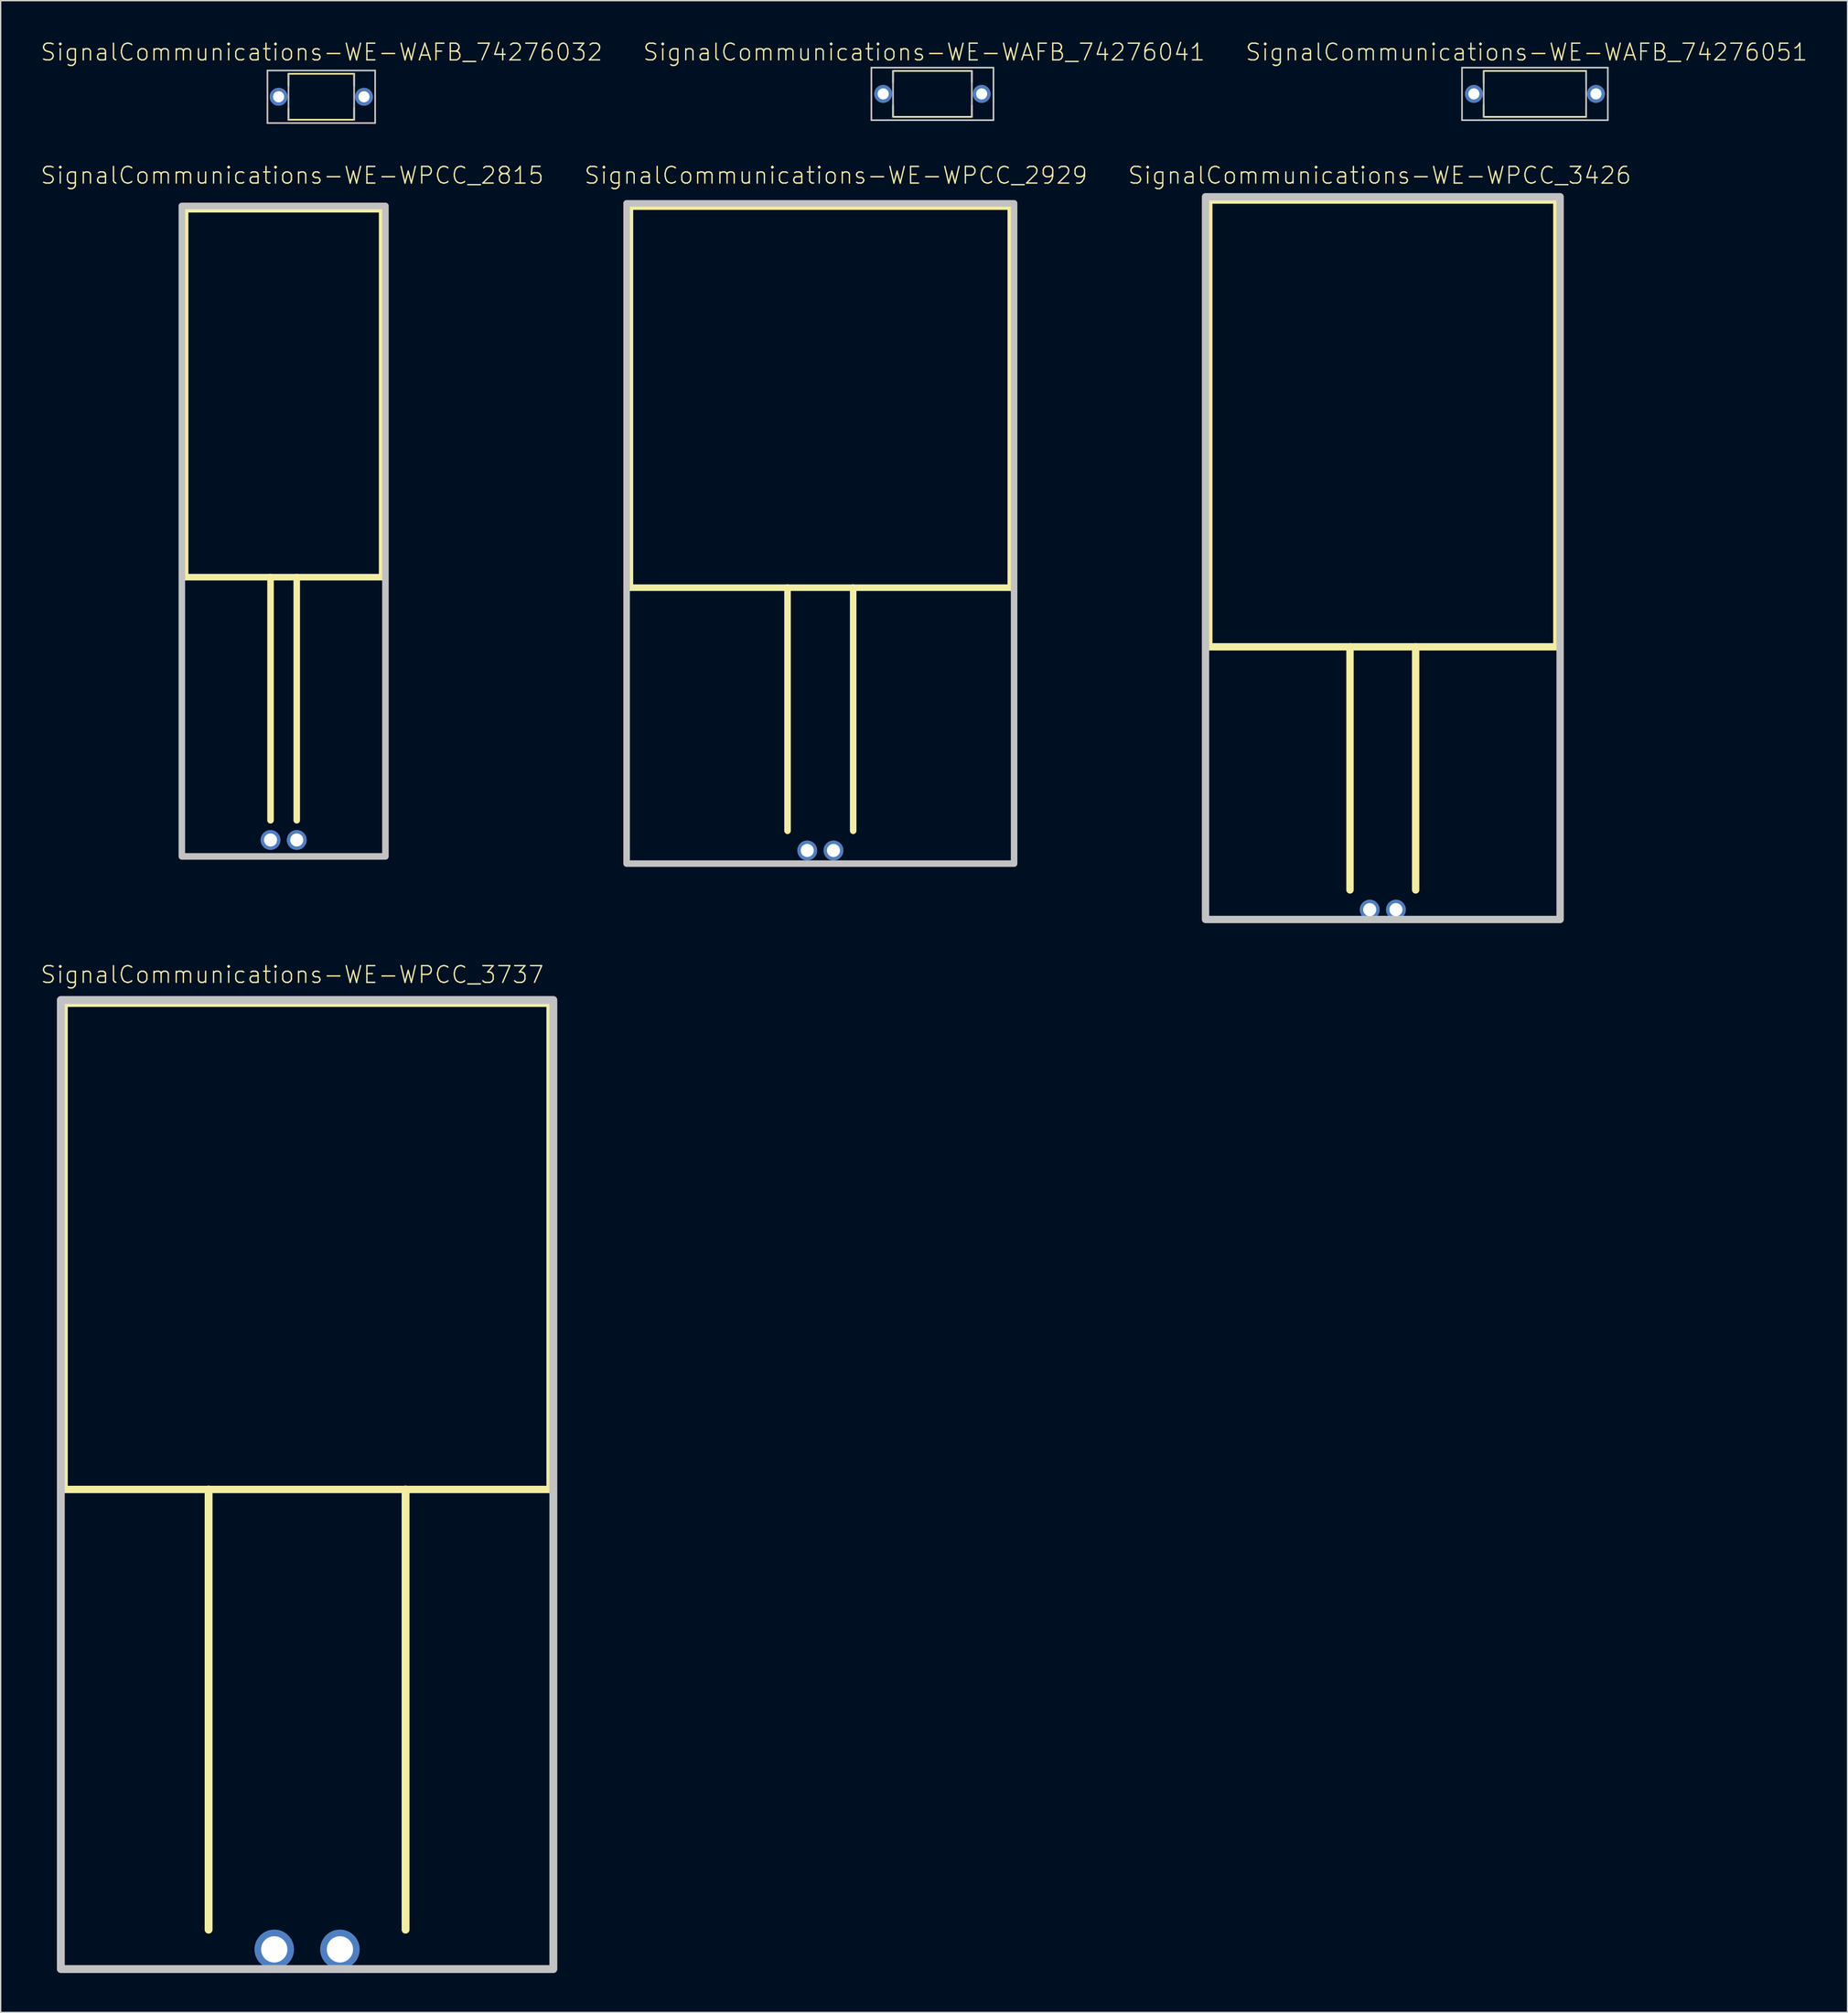
<source format=kicad_pcb>
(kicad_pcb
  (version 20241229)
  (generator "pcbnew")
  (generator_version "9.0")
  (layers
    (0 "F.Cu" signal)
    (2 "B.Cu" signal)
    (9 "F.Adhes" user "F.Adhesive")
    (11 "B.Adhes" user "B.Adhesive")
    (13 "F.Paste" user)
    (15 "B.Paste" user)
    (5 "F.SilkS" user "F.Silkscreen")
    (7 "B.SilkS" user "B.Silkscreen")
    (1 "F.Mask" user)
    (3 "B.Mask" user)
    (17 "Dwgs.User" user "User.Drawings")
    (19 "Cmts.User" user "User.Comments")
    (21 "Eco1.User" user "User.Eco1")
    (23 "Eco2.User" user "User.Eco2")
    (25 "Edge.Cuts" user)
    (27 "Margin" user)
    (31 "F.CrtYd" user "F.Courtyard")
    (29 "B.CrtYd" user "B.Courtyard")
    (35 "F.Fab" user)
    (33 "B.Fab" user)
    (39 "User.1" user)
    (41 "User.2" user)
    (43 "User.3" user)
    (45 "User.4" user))
  (footprint "SignalCommunications-WE-WPCC_3426"
    (layer "F.Cu")
    (at 102.226 66.173)
    (property "Reference" "SignalCommunications-WE-WPCC_3426" (at -0.244 -55.875 0) (layer "F.SilkS") (effects (font (size 1.27 1.27) (thickness 0.102))))
    (attr exclude_from_pos_files exclude_from_bom)
    (fp_line (start -13.249 -53.998) (end 13.249 -53.998) (stroke (width 0.559) (type solid)) (layer "F.SilkS"))
    (fp_line (start -13.249 -20) (end -13.249 -53.998) (stroke (width 0.559) (type solid)) (layer "F.SilkS"))
    (fp_line (start -2.499 -20) (end -13.249 -20) (stroke (width 0.559) (type solid)) (layer "F.SilkS"))
    (fp_line (start -2.499 -20) (end -2.499 -1.499) (stroke (width 0.559) (type solid)) (layer "F.SilkS"))
    (fp_line (start 2.499 -20) (end -2.499 -20) (stroke (width 0.559) (type solid)) (layer "F.SilkS"))
    (fp_line (start 2.499 -20) (end 2.499 -1.499) (stroke (width 0.559) (type solid)) (layer "F.SilkS"))
    (fp_line (start 13.249 -53.998) (end 13.249 -20) (stroke (width 0.559) (type solid)) (layer "F.SilkS"))
    (fp_line (start 13.249 -20) (end 2.499 -20) (stroke (width 0.559) (type solid)) (layer "F.SilkS"))
    (fp_poly (pts (xy -13.498 -54.249) (xy 13.498 -54.249) (xy 13.498 0.749) (xy -13.498 0.749) (xy -13.498 -54.249)) (stroke (width 0.559) (type solid)) (fill no) (layer "Dwgs.User"))
    (pad "1" thru_hole circle (at -0.998 0) (size 1.506 1.506) (drill 0.998) (layers "*.Cu" "*.Paste" "*.Mask"))
    (pad "2" thru_hole circle (at 0.998 0) (size 1.506 1.506) (drill 0.998) (layers "*.Cu" "*.Paste" "*.Mask")))
  (footprint "SignalCommunications-WE-WAFB_74276041"
    (layer "F.Cu")
    (at 67.937 4.096)
    (property "Reference" "SignalCommunications-WE-WAFB_74276041" (at -0.635 -3.175 0) (layer "F.SilkS") (effects (font (size 1.27 1.27) (thickness 0.102))))
    (attr exclude_from_pos_files exclude_from_bom)
    (fp_line (start -3 -1.748) (end 3 -1.748) (stroke (width 0.127) (type solid)) (layer "F.SilkS"))
    (fp_line (start -3 -0.889) (end -3 -1.748) (stroke (width 0.127) (type solid)) (layer "F.SilkS"))
    (fp_line (start -3 0.889) (end -3 1.748) (stroke (width 0.127) (type solid)) (layer "F.SilkS"))
    (fp_line (start -3 1.748) (end 3 1.748) (stroke (width 0.127) (type solid)) (layer "F.SilkS"))
    (fp_line (start 3 -0.889) (end 3 -1.748) (stroke (width 0.127) (type solid)) (layer "F.SilkS"))
    (fp_line (start 3 0.889) (end 3 1.748) (stroke (width 0.127) (type solid)) (layer "F.SilkS"))
    (fp_line (start -4.648 -1.999) (end -4.648 1.999) (stroke (width 0.127) (type solid)) (layer "Dwgs.User"))
    (fp_line (start -4.648 -1.999) (end 4.648 -1.999) (stroke (width 0.127) (type solid)) (layer "Dwgs.User"))
    (fp_line (start -4.648 1.999) (end 4.648 1.999) (stroke (width 0.127) (type solid)) (layer "Dwgs.User"))
    (fp_line (start -3 -1.748) (end -3 1.748) (stroke (width 0.127) (type solid)) (layer "Dwgs.User"))
    (fp_line (start 3 -1.748) (end 3 1.748) (stroke (width 0.127) (type solid)) (layer "Dwgs.User"))
    (fp_line (start 4.648 -1.999) (end 4.648 1.999) (stroke (width 0.127) (type solid)) (layer "Dwgs.User"))
    (pad "1" thru_hole circle (at -3.749 0) (size 1.356 1.356) (drill 0.848) (layers "*.Cu" "*.Paste" "*.Mask"))
    (pad "2" thru_hole circle (at 3.749 0) (size 1.356 1.356) (drill 0.848) (layers "*.Cu" "*.Paste" "*.Mask")))
  (footprint "SignalCommunications-WE-WPCC_2815"
    (layer "F.Cu")
    (at 18.544 60.872)
    (property "Reference" "SignalCommunications-WE-WPCC_2815" (at 0.653 -50.574 0) (layer "F.SilkS") (effects (font (size 1.27 1.27) (thickness 0.102))))
    (attr exclude_from_pos_files exclude_from_bom)
    (fp_line (start -7.498 -47.998) (end 7.498 -47.998) (stroke (width 0.498) (type solid)) (layer "F.SilkS"))
    (fp_line (start -7.498 -20) (end -7.498 -47.998) (stroke (width 0.498) (type solid)) (layer "F.SilkS"))
    (fp_line (start -0.998 -20) (end -7.498 -20) (stroke (width 0.498) (type solid)) (layer "F.SilkS"))
    (fp_line (start -0.998 -20) (end -0.998 -1.499) (stroke (width 0.498) (type solid)) (layer "F.SilkS"))
    (fp_line (start 0.998 -20) (end -0.998 -20) (stroke (width 0.498) (type solid)) (layer "F.SilkS"))
    (fp_line (start 0.998 -20) (end 0.998 -1.499) (stroke (width 0.498) (type solid)) (layer "F.SilkS"))
    (fp_line (start 7.498 -47.998) (end 7.498 -20) (stroke (width 0.498) (type solid)) (layer "F.SilkS"))
    (fp_line (start 7.498 -20) (end 0.998 -20) (stroke (width 0.498) (type solid)) (layer "F.SilkS"))
    (fp_poly (pts (xy -7.75 -48.25) (xy 7.75 -48.25) (xy 7.75 1.25) (xy -7.75 1.25) (xy -7.75 -48.25)) (stroke (width 0.498) (type solid)) (fill no) (layer "Dwgs.User"))
    (pad "1" thru_hole circle (at -0.998 0) (size 1.506 1.506) (drill 0.998) (layers "*.Cu" "*.Paste" "*.Mask"))
    (pad "2" thru_hole circle (at 0.998 0) (size 1.506 1.506) (drill 0.998) (layers "*.Cu" "*.Paste" "*.Mask")))
  (footprint "SignalCommunications-WE-WPCC_2929"
    (layer "F.Cu")
    (at 59.405 61.672)
    (property "Reference" "SignalCommunications-WE-WPCC_2929" (at 1.184 -51.374 0) (layer "F.SilkS") (effects (font (size 1.27 1.27) (thickness 0.102))))
    (attr exclude_from_pos_files exclude_from_bom)
    (fp_line (start -14.498 -48.999) (end 14.498 -48.999) (stroke (width 0.498) (type solid)) (layer "F.SilkS"))
    (fp_line (start -14.498 -20) (end -14.498 -48.999) (stroke (width 0.498) (type solid)) (layer "F.SilkS"))
    (fp_line (start -2.499 -20) (end -14.498 -20) (stroke (width 0.498) (type solid)) (layer "F.SilkS"))
    (fp_line (start -2.499 -20) (end -2.499 -1.499) (stroke (width 0.498) (type solid)) (layer "F.SilkS"))
    (fp_line (start 2.499 -20) (end -2.499 -20) (stroke (width 0.498) (type solid)) (layer "F.SilkS"))
    (fp_line (start 2.499 -20) (end 2.499 -1.499) (stroke (width 0.498) (type solid)) (layer "F.SilkS"))
    (fp_line (start 14.498 -48.999) (end 14.498 -20) (stroke (width 0.498) (type solid)) (layer "F.SilkS"))
    (fp_line (start 14.498 -20) (end 2.499 -20) (stroke (width 0.498) (type solid)) (layer "F.SilkS"))
    (fp_poly (pts (xy -14.75 -49.248) (xy 14.75 -49.248) (xy 14.75 0.998) (xy -14.75 0.998) (xy -14.75 -49.248)) (stroke (width 0.498) (type solid)) (fill no) (layer "Dwgs.User"))
    (pad "1" thru_hole circle (at -0.998 0) (size 1.506 1.506) (drill 0.998) (layers "*.Cu" "*.Paste" "*.Mask"))
    (pad "2" thru_hole circle (at 0.998 0) (size 1.506 1.506) (drill 0.998) (layers "*.Cu" "*.Paste" "*.Mask")))
  (footprint "SignalCommunications-WE-WAFB_74276051"
    (layer "F.Cu")
    (at 113.805 4.096)
    (property "Reference" "SignalCommunications-WE-WAFB_74276051" (at -0.635 -3.175 0) (layer "F.SilkS") (effects (font (size 1.27 1.27) (thickness 0.102))))
    (attr exclude_from_pos_files exclude_from_bom)
    (fp_line (start -3.899 -1.748) (end 3.899 -1.748) (stroke (width 0.127) (type solid)) (layer "F.SilkS"))
    (fp_line (start -3.899 -0.828) (end -3.899 -1.748) (stroke (width 0.127) (type solid)) (layer "F.SilkS"))
    (fp_line (start -3.899 0.828) (end -3.899 1.748) (stroke (width 0.127) (type solid)) (layer "F.SilkS"))
    (fp_line (start -3.899 1.748) (end 3.899 1.748) (stroke (width 0.127) (type solid)) (layer "F.SilkS"))
    (fp_line (start 3.899 -0.828) (end 3.899 -1.748) (stroke (width 0.127) (type solid)) (layer "F.SilkS"))
    (fp_line (start 3.899 0.828) (end 3.899 1.748) (stroke (width 0.127) (type solid)) (layer "F.SilkS"))
    (fp_line (start -5.55 -1.999) (end -5.55 1.999) (stroke (width 0.127) (type solid)) (layer "Dwgs.User"))
    (fp_line (start -5.55 -1.999) (end 5.55 -1.999) (stroke (width 0.127) (type solid)) (layer "Dwgs.User"))
    (fp_line (start -5.55 1.999) (end 5.55 1.999) (stroke (width 0.127) (type solid)) (layer "Dwgs.User"))
    (fp_line (start -3.899 -1.748) (end -3.899 1.748) (stroke (width 0.127) (type solid)) (layer "Dwgs.User"))
    (fp_line (start 3.899 -1.748) (end 3.899 1.748) (stroke (width 0.127) (type solid)) (layer "Dwgs.User"))
    (fp_line (start 5.55 -1.999) (end 5.55 1.999) (stroke (width 0.127) (type solid)) (layer "Dwgs.User"))
    (pad "1" thru_hole circle (at -4.648 0) (size 1.356 1.356) (drill 0.848) (layers "*.Cu" "*.Paste" "*.Mask"))
    (pad "2" thru_hole circle (at 4.648 0) (size 1.356 1.356) (drill 0.848) (layers "*.Cu" "*.Paste" "*.Mask")))
  (footprint "SignalCommunications-WE-WPCC_3737"
    (layer "F.Cu")
    (at 20.329 145.296)
    (property "Reference" "SignalCommunications-WE-WPCC_3737" (at -1.133 -74.173 0) (layer "F.SilkS") (effects (font (size 1.27 1.27) (thickness 0.102))))
    (attr exclude_from_pos_files exclude_from_bom)
    (fp_line (start -18.499 -71.999) (end 18.499 -71.999) (stroke (width 0.559) (type solid)) (layer "F.SilkS"))
    (fp_line (start -18.499 -34.999) (end -18.499 -71.999) (stroke (width 0.559) (type solid)) (layer "F.SilkS"))
    (fp_line (start -7.498 -34.999) (end -18.499 -34.999) (stroke (width 0.559) (type solid)) (layer "F.SilkS"))
    (fp_line (start -7.498 -34.999) (end -7.498 -1.499) (stroke (width 0.599) (type solid)) (layer "F.SilkS"))
    (fp_line (start 7.498 -34.999) (end -7.498 -34.999) (stroke (width 0.559) (type solid)) (layer "F.SilkS"))
    (fp_line (start 7.498 -34.999) (end 7.498 -1.499) (stroke (width 0.599) (type solid)) (layer "F.SilkS"))
    (fp_line (start 18.499 -71.999) (end 18.499 -34.999) (stroke (width 0.559) (type solid)) (layer "F.SilkS"))
    (fp_line (start 18.499 -34.999) (end 7.498 -34.999) (stroke (width 0.559) (type solid)) (layer "F.SilkS"))
    (fp_poly (pts (xy 18.748 -72.248) (xy 18.748 1.499) (xy -18.748 1.499) (xy -18.748 -72.248) (xy 18.748 -72.248)) (stroke (width 0.599) (type solid)) (fill no) (layer "Dwgs.User"))
    (pad "1" thru_hole circle (at -2.499 0) (size 3 3) (drill 1.999) (layers "*.Cu" "*.Paste" "*.Mask"))
    (pad "2" thru_hole circle (at 2.499 0) (size 3 3) (drill 1.999) (layers "*.Cu" "*.Paste" "*.Mask")))
  (footprint "SignalCommunications-WE-WAFB_74276032"
    (layer "F.Cu")
    (at 21.411 4.315)
    (property "Reference" "SignalCommunications-WE-WAFB_74276032" (at 0.023 -3.393 0) (layer "F.SilkS") (effects (font (size 1.27 1.27) (thickness 0.102))))
    (attr exclude_from_pos_files exclude_from_bom)
    (fp_line (start -2.499 -1.748) (end 2.499 -1.748) (stroke (width 0.127) (type solid)) (layer "F.SilkS"))
    (fp_line (start -2.499 -0.848) (end -2.499 -1.748) (stroke (width 0.127) (type solid)) (layer "F.SilkS"))
    (fp_line (start -2.499 0.859) (end -2.499 1.758) (stroke (width 0.127) (type solid)) (layer "F.SilkS"))
    (fp_line (start -2.499 1.748) (end 2.499 1.748) (stroke (width 0.127) (type solid)) (layer "F.SilkS"))
    (fp_line (start 2.499 -0.848) (end 2.499 -1.748) (stroke (width 0.127) (type solid)) (layer "F.SilkS"))
    (fp_line (start 2.499 0.848) (end 2.499 1.748) (stroke (width 0.127) (type solid)) (layer "F.SilkS"))
    (fp_line (start -4.1 -1.999) (end -4.1 1.999) (stroke (width 0.127) (type solid)) (layer "Dwgs.User"))
    (fp_line (start -4.1 -1.999) (end 4.1 -1.999) (stroke (width 0.127) (type solid)) (layer "Dwgs.User"))
    (fp_line (start -4.1 1.999) (end 4.1 1.999) (stroke (width 0.127) (type solid)) (layer "Dwgs.User"))
    (fp_line (start -2.499 -1.748) (end -2.499 1.748) (stroke (width 0.127) (type solid)) (layer "Dwgs.User"))
    (fp_line (start 2.499 -1.748) (end 2.499 1.748) (stroke (width 0.127) (type solid)) (layer "Dwgs.User"))
    (fp_line (start 4.1 -1.999) (end 4.1 1.999) (stroke (width 0.127) (type solid)) (layer "Dwgs.User"))
    (pad "1" thru_hole circle (at -3.249 0) (size 1.356 1.356) (drill 0.848) (layers "*.Cu" "*.Paste" "*.Mask"))
    (pad "2" thru_hole circle (at 3.249 0) (size 1.356 1.356) (drill 0.848) (layers "*.Cu" "*.Paste" "*.Mask")))
  (gr_rect
    (start -3 -3)
    (end 137.604 150.095)
    (stroke (width 0.1) (type default))
    (fill no)
    (layer "Edge.Cuts")))
</source>
